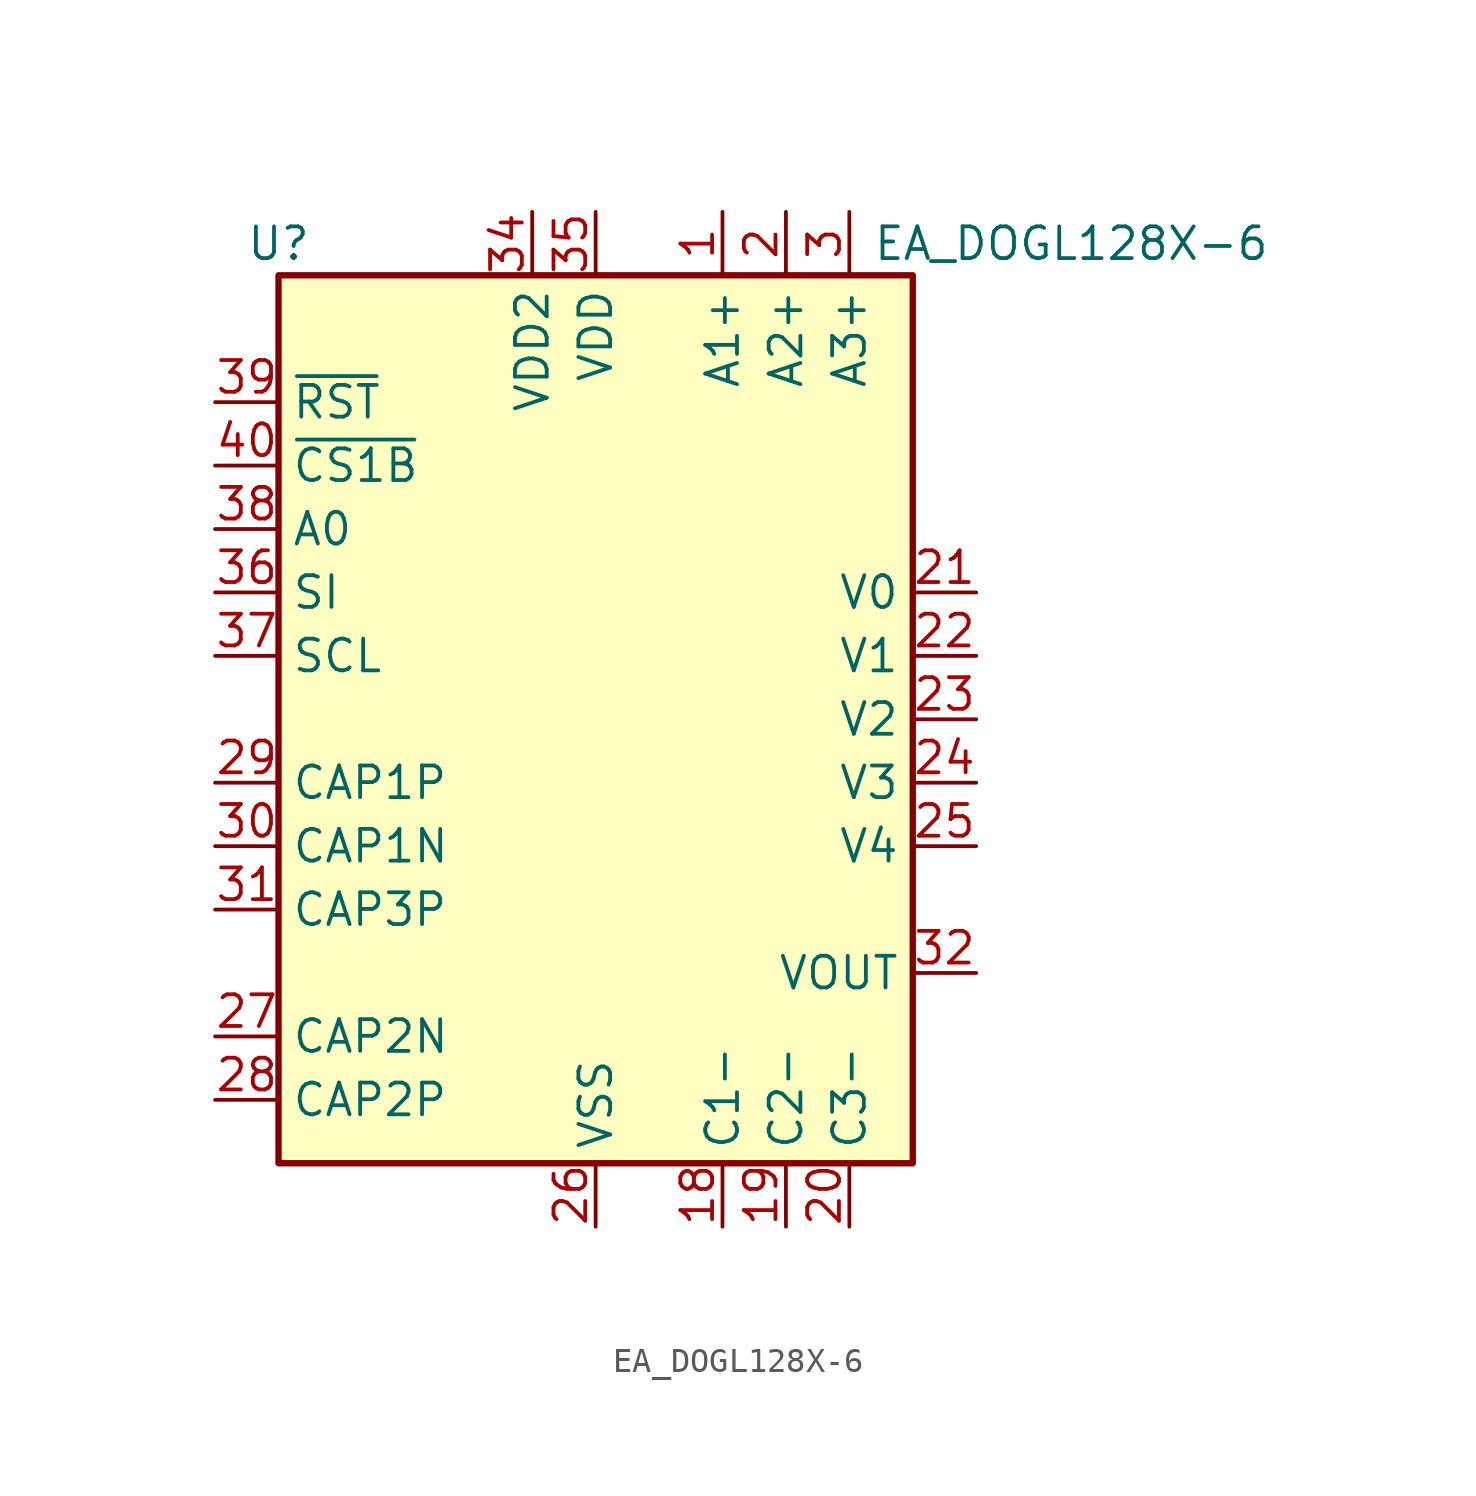
<source format=kicad_sym>
(kicad_symbol_lib
  (version 20211014)
  (generator kicad_symbol_editor)
  (symbol "EA_DOGL128X-6"
    (property "Reference" "U"
      (at -12.7 19.05 0)
      (effects (font (size 1.27 1.27))))
    (property "Value" "EA_DOGL128X-6"
      (at 19.05 19.05 0)
      (effects (font (size 1.27 1.27))))
    (symbol "EA_DOGL128X-6_1_1"
      (rectangle (start -12.7 17.78) (end 12.7 -17.78) (stroke (width 0.254) (type default) (color 0 0 0 0)) (fill (type background)))
      (pin power_in line (at 5.08 20.32 270) (length 2.54) (name "A1+" (effects (font (size 1.27 1.27)))) (number "1" (effects (font (size 1.27 1.27)))))
      (pin power_in line (at 5.08 -20.32 90) (length 2.54) (name "C1-" (effects (font (size 1.27 1.27)))) (number "18" (effects (font (size 1.27 1.27)))))
      (pin power_in line (at 7.62 -20.32 90) (length 2.54) (name "C2-" (effects (font (size 1.27 1.27)))) (number "19" (effects (font (size 1.27 1.27)))))
      (pin power_in line (at 7.62 20.32 270) (length 2.54) (name "A2+" (effects (font (size 1.27 1.27)))) (number "2" (effects (font (size 1.27 1.27)))))
      (pin power_in line (at 10.16 -20.32 90) (length 2.54) (name "C3-" (effects (font (size 1.27 1.27)))) (number "20" (effects (font (size 1.27 1.27)))))
      (pin passive line (at 15.24 5.08 180) (length 2.54) (name "V0" (effects (font (size 1.27 1.27)))) (number "21" (effects (font (size 1.27 1.27)))))
      (pin passive line (at 15.24 2.54 180) (length 2.54) (name "V1" (effects (font (size 1.27 1.27)))) (number "22" (effects (font (size 1.27 1.27)))))
      (pin passive line (at 15.24 0 180) (length 2.54) (name "V2" (effects (font (size 1.27 1.27)))) (number "23" (effects (font (size 1.27 1.27)))))
      (pin passive line (at 15.24 -2.54 180) (length 2.54) (name "V3" (effects (font (size 1.27 1.27)))) (number "24" (effects (font (size 1.27 1.27)))))
      (pin passive line (at 15.24 -5.08 180) (length 2.54) (name "V4" (effects (font (size 1.27 1.27)))) (number "25" (effects (font (size 1.27 1.27)))))
      (pin power_in line (at 0 -20.32 90) (length 2.54) (name "VSS" (effects (font (size 1.27 1.27)))) (number "26" (effects (font (size 1.27 1.27)))))
      (pin passive line (at -15.24 -12.7 0) (length 2.54) (name "CAP2N" (effects (font (size 1.27 1.27)))) (number "27" (effects (font (size 1.27 1.27)))))
      (pin passive line (at -15.24 -15.24 0) (length 2.54) (name "CAP2P" (effects (font (size 1.27 1.27)))) (number "28" (effects (font (size 1.27 1.27)))))
      (pin passive line (at -15.24 -2.54 0) (length 2.54) (name "CAP1P" (effects (font (size 1.27 1.27)))) (number "29" (effects (font (size 1.27 1.27)))))
      (pin power_in line (at 10.16 20.32 270) (length 2.54) (name "A3+" (effects (font (size 1.27 1.27)))) (number "3" (effects (font (size 1.27 1.27)))))
      (pin passive line (at -15.24 -5.08 0) (length 2.54) (name "CAP1N" (effects (font (size 1.27 1.27)))) (number "30" (effects (font (size 1.27 1.27)))))
      (pin passive line (at -15.24 -7.62 0) (length 2.54) (name "CAP3P" (effects (font (size 1.27 1.27)))) (number "31" (effects (font (size 1.27 1.27)))))
      (pin output line (at 15.24 -10.16 180) (length 2.54) (name "VOUT" (effects (font (size 1.27 1.27)))) (number "32" (effects (font (size 1.27 1.27)))))
      (pin passive line (at 0 -20.32 90) (length 2.54) hide (name "VSS" (effects (font (size 1.27 1.27)))) (number "33" (effects (font (size 1.27 1.27)))))
      (pin power_in line (at -2.54 20.32 270) (length 2.54) (name "VDD2" (effects (font (size 1.27 1.27)))) (number "34" (effects (font (size 1.27 1.27)))))
      (pin power_in line (at 0 20.32 270) (length 2.54) (name "VDD" (effects (font (size 1.27 1.27)))) (number "35" (effects (font (size 1.27 1.27)))))
      (pin input line (at -15.24 5.08 0) (length 2.54) (name "SI" (effects (font (size 1.27 1.27)))) (number "36" (effects (font (size 1.27 1.27)))))
      (pin input line (at -15.24 2.54 0) (length 2.54) (name "SCL" (effects (font (size 1.27 1.27)))) (number "37" (effects (font (size 1.27 1.27)))))
      (pin input line (at -15.24 7.62 0) (length 2.54) (name "A0" (effects (font (size 1.27 1.27)))) (number "38" (effects (font (size 1.27 1.27)))))
      (pin input line (at -15.24 12.7 0) (length 2.54) (name "~{RST}" (effects (font (size 1.27 1.27)))) (number "39" (effects (font (size 1.27 1.27)))))
      (pin input line (at -15.24 10.16 0) (length 2.54) (name "~{CS1B}" (effects (font (size 1.27 1.27)))) (number "40" (effects (font (size 1.27 1.27))))))))
</source>
